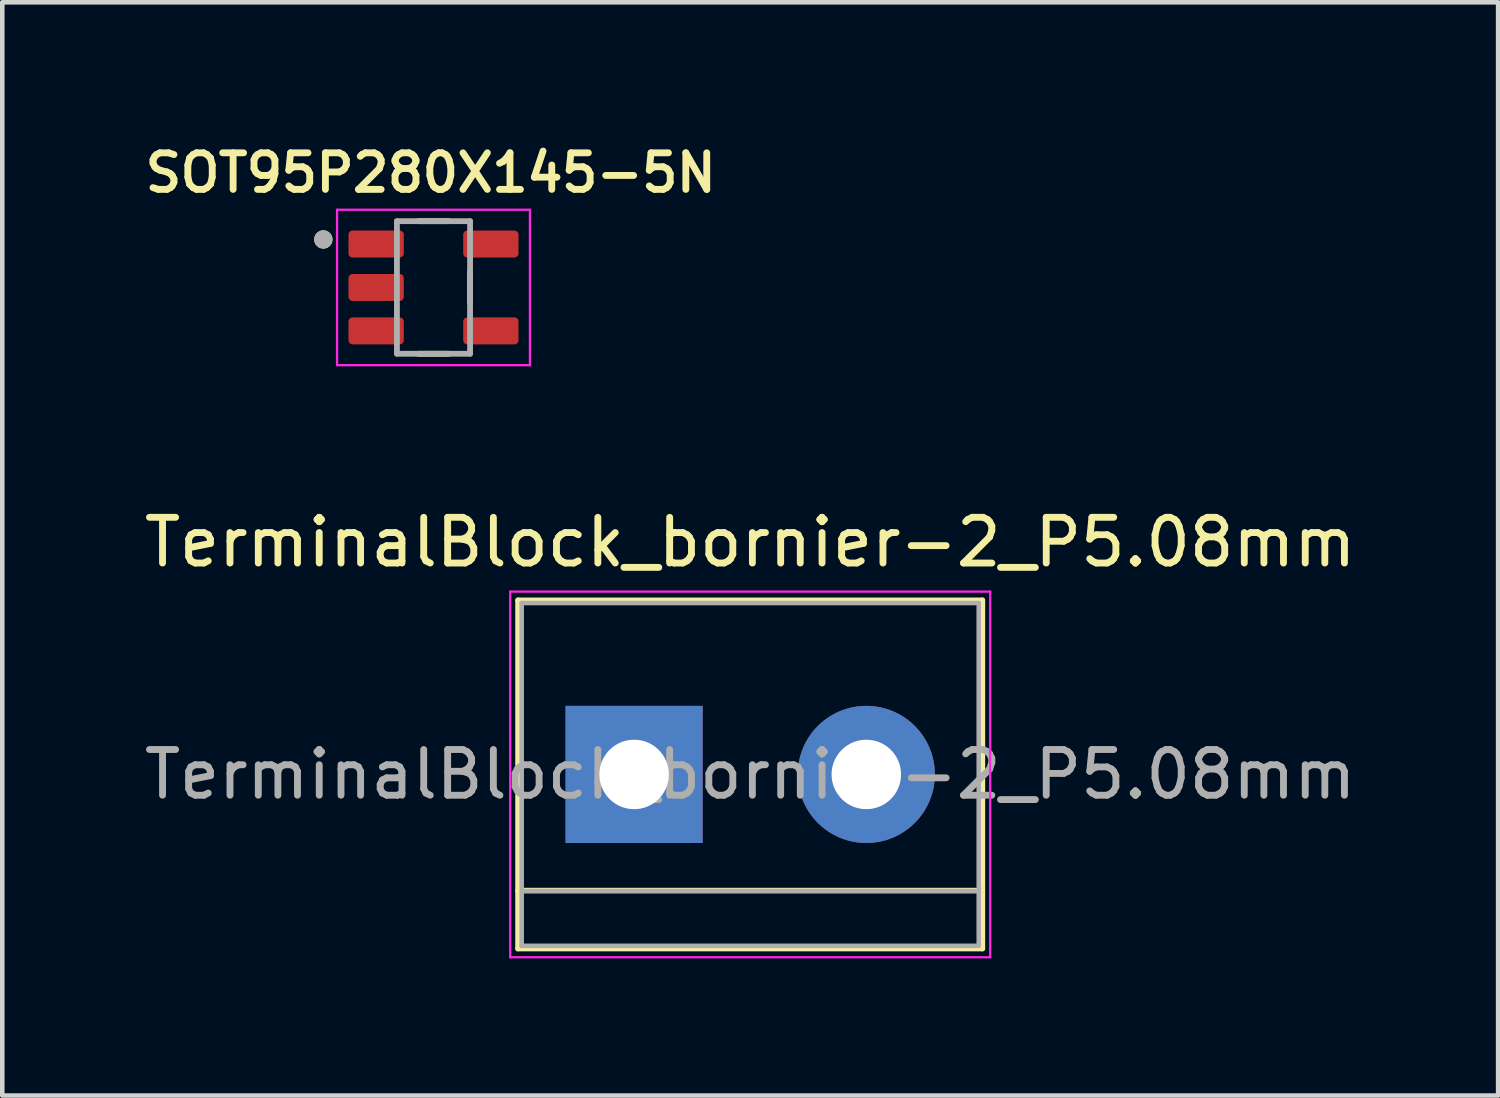
<source format=kicad_pcb>
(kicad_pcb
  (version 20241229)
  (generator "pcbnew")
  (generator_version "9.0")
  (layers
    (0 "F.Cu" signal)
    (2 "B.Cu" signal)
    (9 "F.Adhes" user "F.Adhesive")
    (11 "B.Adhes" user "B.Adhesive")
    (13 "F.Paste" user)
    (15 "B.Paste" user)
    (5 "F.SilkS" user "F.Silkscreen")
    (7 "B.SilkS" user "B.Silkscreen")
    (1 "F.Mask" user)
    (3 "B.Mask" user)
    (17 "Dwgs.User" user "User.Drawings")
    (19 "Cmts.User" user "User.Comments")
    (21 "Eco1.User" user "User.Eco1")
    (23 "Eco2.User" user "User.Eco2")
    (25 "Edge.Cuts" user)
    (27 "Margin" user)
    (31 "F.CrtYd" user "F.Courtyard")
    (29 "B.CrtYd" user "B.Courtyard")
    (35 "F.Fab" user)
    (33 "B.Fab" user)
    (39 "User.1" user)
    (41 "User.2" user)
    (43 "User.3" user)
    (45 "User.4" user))
  (footprint "SOT95P280X145-5N"
    (layer "F.Cu")
    (at 6.434 3.239)
    (property "Reference" "SOT95P280X145-5N" (at -0.06 -2.508 0) (layer "F.SilkS") (effects (font (size 0.8 0.8) (thickness 0.15))))
    (attr through_hole)
    (fp_line (start -0.33 -1.45) (end 0.33 -1.45) (stroke (width 0.127) (type solid)) (layer "F.SilkS"))
    (fp_line (start 0.33 1.45) (end -0.33 1.45) (stroke (width 0.127) (type solid)) (layer "F.SilkS"))
    (fp_line (start 0.8 -0.335) (end 0.8 0.335) (stroke (width 0.127) (type solid)) (layer "F.SilkS"))
    (fp_circle (center -2.41 -1.05) (end -2.31 -1.05) (stroke (width 0.2) (type solid)) (fill no) (layer "F.SilkS"))
    (fp_line (start -2.11 -1.7) (end 2.11 -1.7) (stroke (width 0.05) (type solid)) (layer "F.CrtYd"))
    (fp_line (start -2.11 1.7) (end -2.11 -1.7) (stroke (width 0.05) (type solid)) (layer "F.CrtYd"))
    (fp_line (start 2.11 -1.7) (end 2.11 1.7) (stroke (width 0.05) (type solid)) (layer "F.CrtYd"))
    (fp_line (start 2.11 1.7) (end -2.11 1.7) (stroke (width 0.05) (type solid)) (layer "F.CrtYd"))
    (fp_line (start -0.8 -1.45) (end 0.8 -1.45) (stroke (width 0.127) (type solid)) (layer "F.Fab"))
    (fp_line (start -0.8 1.45) (end -0.8 -1.45) (stroke (width 0.127) (type solid)) (layer "F.Fab"))
    (fp_line (start 0.8 -1.45) (end 0.8 1.45) (stroke (width 0.127) (type solid)) (layer "F.Fab"))
    (fp_line (start 0.8 1.45) (end -0.8 1.45) (stroke (width 0.127) (type solid)) (layer "F.Fab"))
    (fp_circle (center -2.41 -1.05) (end -2.31 -1.05) (stroke (width 0.2) (type solid)) (fill no) (layer "F.Fab"))
    (pad "1" smd roundrect (at -1.255 -0.95) (size 1.21 0.59) (layers "F.Cu" "F.Mask" "F.Paste") (roundrect_rratio 0.15))
    (pad "2" smd roundrect (at -1.255 0) (size 1.21 0.59) (layers "F.Cu" "F.Mask" "F.Paste") (roundrect_rratio 0.15))
    (pad "3" smd roundrect (at -1.255 0.95) (size 1.21 0.59) (layers "F.Cu" "F.Mask" "F.Paste") (roundrect_rratio 0.15))
    (pad "4" smd roundrect (at 1.255 0.95) (size 1.21 0.59) (layers "F.Cu" "F.Mask" "F.Paste") (roundrect_rratio 0.15))
    (pad "5" smd roundrect (at 1.255 -0.95) (size 1.21 0.59) (layers "F.Cu" "F.Mask" "F.Paste") (roundrect_rratio 0.15)))
  (footprint "TerminalBlock_bornier-2_P5.08mm"
    (layer "F.Cu")
    (at 10.823 13.893)
    (property "Reference" "TerminalBlock_bornier-2_P5.08mm" (at 2.54 -5.08 0) (layer "F.SilkS") (effects (font (size 1 1) (thickness 0.15))))
    (attr through_hole)
    (fp_line (start -2.54 -3.81) (end -2.54 3.81) (stroke (width 0.12) (type solid)) (layer "F.SilkS"))
    (fp_line (start -2.54 3.81) (end 7.62 3.81) (stroke (width 0.12) (type solid)) (layer "F.SilkS"))
    (fp_line (start 7.62 -3.81) (end -2.54 -3.81) (stroke (width 0.12) (type solid)) (layer "F.SilkS"))
    (fp_line (start 7.62 2.54) (end -2.54 2.54) (stroke (width 0.12) (type solid)) (layer "F.SilkS"))
    (fp_line (start 7.62 3.81) (end 7.62 -3.81) (stroke (width 0.12) (type solid)) (layer "F.SilkS"))
    (fp_line (start -2.71 -4) (end -2.71 4) (stroke (width 0.05) (type solid)) (layer "F.CrtYd"))
    (fp_line (start -2.71 -4) (end 7.79 -4) (stroke (width 0.05) (type solid)) (layer "F.CrtYd"))
    (fp_line (start 7.79 4) (end -2.71 4) (stroke (width 0.05) (type solid)) (layer "F.CrtYd"))
    (fp_line (start 7.79 4) (end 7.79 -4) (stroke (width 0.05) (type solid)) (layer "F.CrtYd"))
    (fp_line (start -2.46 -3.75) (end -2.46 3.75) (stroke (width 0.1) (type solid)) (layer "F.Fab"))
    (fp_line (start -2.46 3.75) (end 7.54 3.75) (stroke (width 0.1) (type solid)) (layer "F.Fab"))
    (fp_line (start -2.41 2.55) (end 7.49 2.55) (stroke (width 0.1) (type solid)) (layer "F.Fab"))
    (fp_line (start 7.54 -3.75) (end -2.46 -3.75) (stroke (width 0.1) (type solid)) (layer "F.Fab"))
    (fp_line (start 7.54 3.75) (end 7.54 -3.75) (stroke (width 0.1) (type solid)) (layer "F.Fab"))
    (fp_text user "${REFERENCE}" (at 2.54 0 0) (layer "F.Fab") (effects (font (size 1 1) (thickness 0.15))))
    (pad "1" thru_hole rect (at 0 0) (size 3 3) (drill 1.52) (layers "*.Cu" "*.Mask"))
    (pad "2" thru_hole circle (at 5.08 0) (size 3 3) (drill 1.52) (layers "*.Cu" "*.Mask")))
  (gr_rect
    (start -3 -3)
    (end 29.726 20.918)
    (stroke (width 0.1) (type default))
    (fill no)
    (layer "Edge.Cuts")))
</source>
